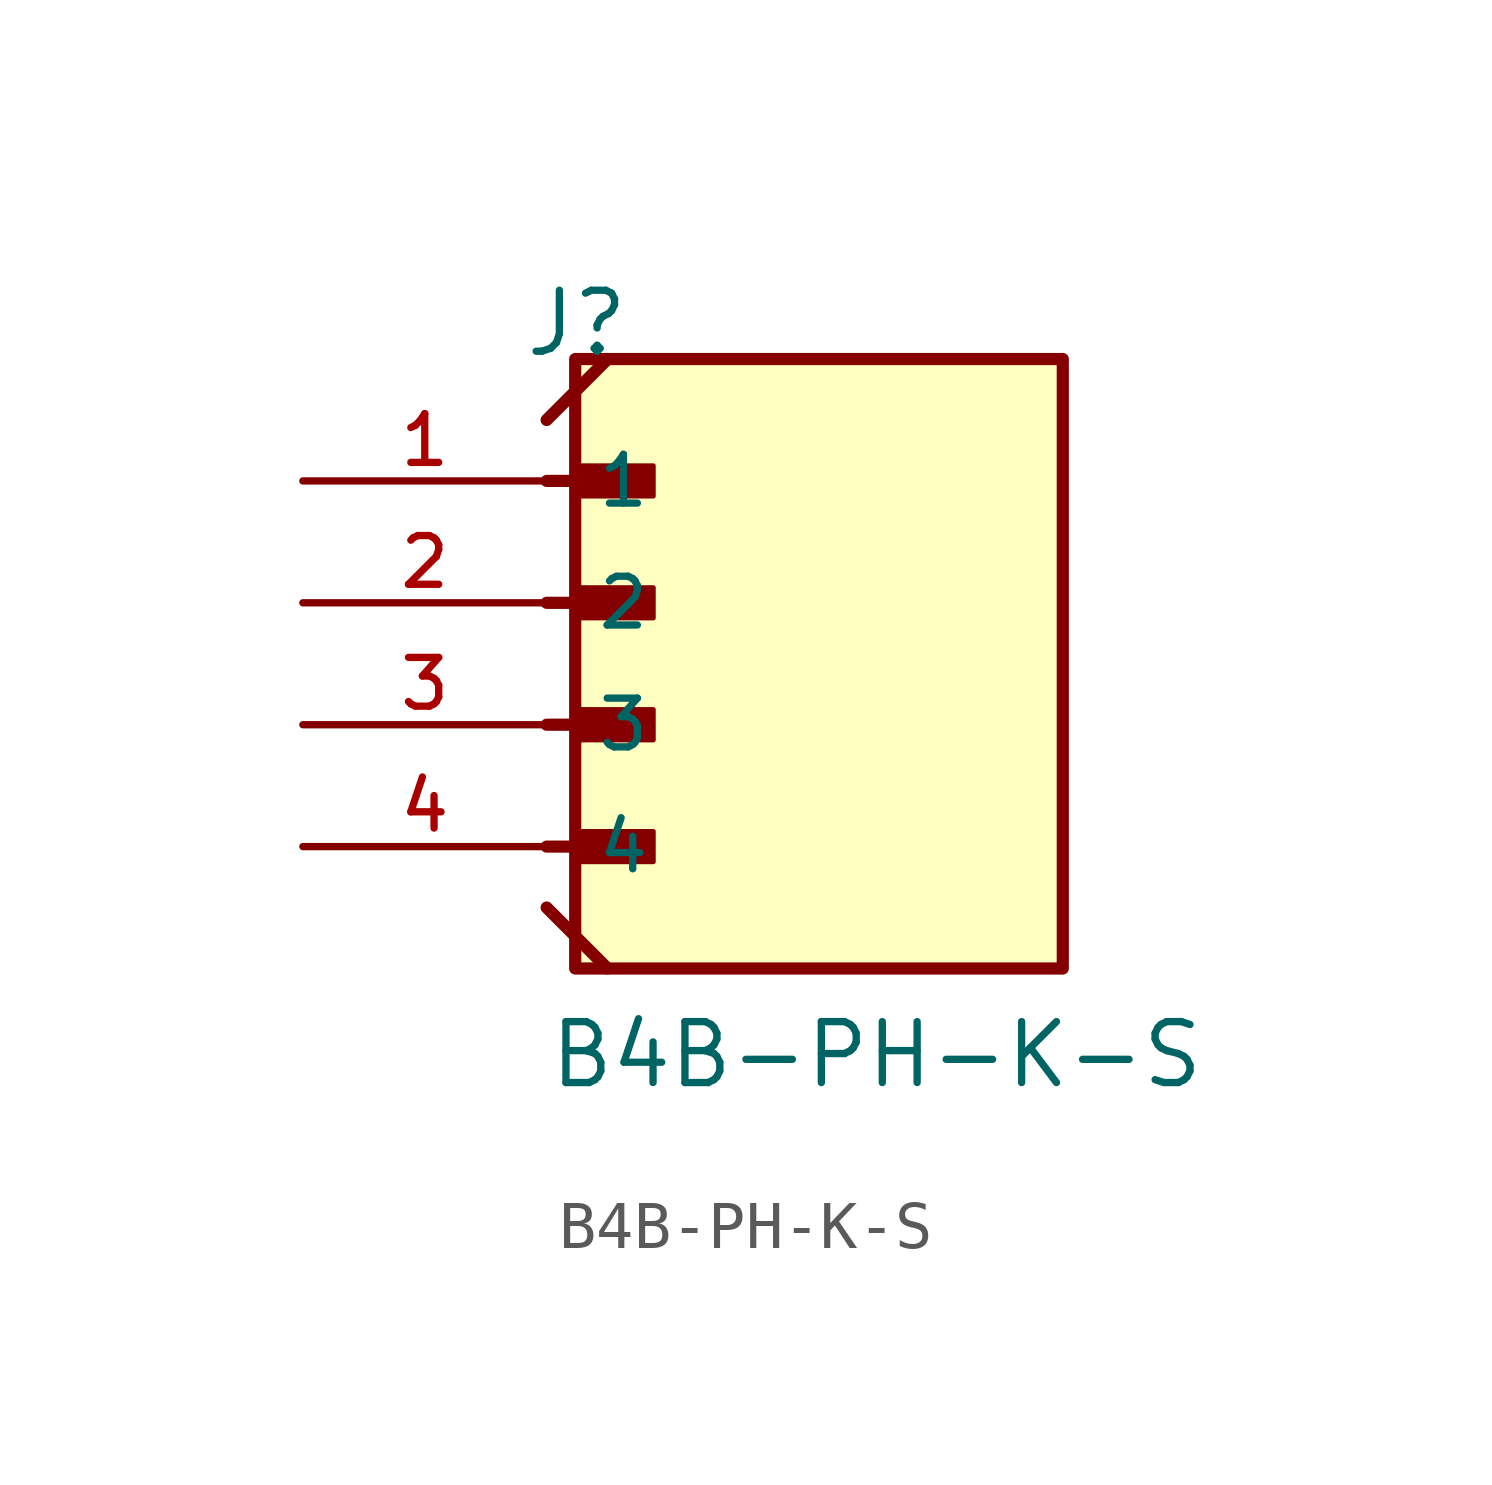
<source format=kicad_sym>
(kicad_symbol_lib
  (version 20211014)
  (generator kicad_symbol_editor)
  (symbol "B4B-PH-K-S"
    (pin_names
      (offset 1.016))
    (property "Reference" "J"
      (at -5.58 7.62 0)
      (effects (font (size 1.27 1.27)) (justify bottom left)))
    (property "Value" "B4B-PH-K-S"
      (at -5.08 -7.62 0)
      (effects (font (size 1.27 1.27)) (justify bottom left)))
    (symbol "B4B-PH-K-S_0_0"
      (polyline (pts (xy -5.08 5.08) (xy -3.175 5.08)) (stroke (width 0.254)))
      (rectangle (start -4.445 4.763) (end -2.857 5.397) (stroke (width 0.1)) (fill (type outline)))
      (polyline (pts (xy -5.08 2.54) (xy -3.175 2.54)) (stroke (width 0.254)))
      (rectangle (start -4.445 2.223) (end -2.857 2.857) (stroke (width 0.1)) (fill (type outline)))
      (polyline (pts (xy -5.08 0.0) (xy -3.175 0.0)) (stroke (width 0.254)))
      (rectangle (start -4.445 -0.318) (end -2.857 0.318) (stroke (width 0.1)) (fill (type outline)))
      (polyline (pts (xy -5.08 -2.54) (xy -3.175 -2.54)) (stroke (width 0.254)))
      (rectangle (start -4.445 -2.857) (end -2.857 -2.223) (stroke (width 0.1)) (fill (type outline)))
      (polyline (pts (xy -5.08 -3.81) (xy -3.81 -5.08)) (stroke (width 0.254)))
      (polyline (pts (xy -5.08 6.35) (xy -3.81 7.62)) (stroke (width 0.254)))
      (rectangle (start -4.485 -5.08) (end 5.675 7.62) (stroke (width 0.254)) (fill (type background)))
      (pin passive line (at -10.16 5.08 0) (length 5.08) (name "1" (effects (font (size 1.016 1.016)))) (number "1" (effects (font (size 1.016 1.016)))))
      (pin passive line (at -10.16 2.54 0) (length 5.08) (name "2" (effects (font (size 1.016 1.016)))) (number "2" (effects (font (size 1.016 1.016)))))
      (pin passive line (at -10.16 0.0 0) (length 5.08) (name "3" (effects (font (size 1.016 1.016)))) (number "3" (effects (font (size 1.016 1.016)))))
      (pin passive line (at -10.16 -2.54 0) (length 5.08) (name "4" (effects (font (size 1.016 1.016)))) (number "4" (effects (font (size 1.016 1.016))))))))
</source>
